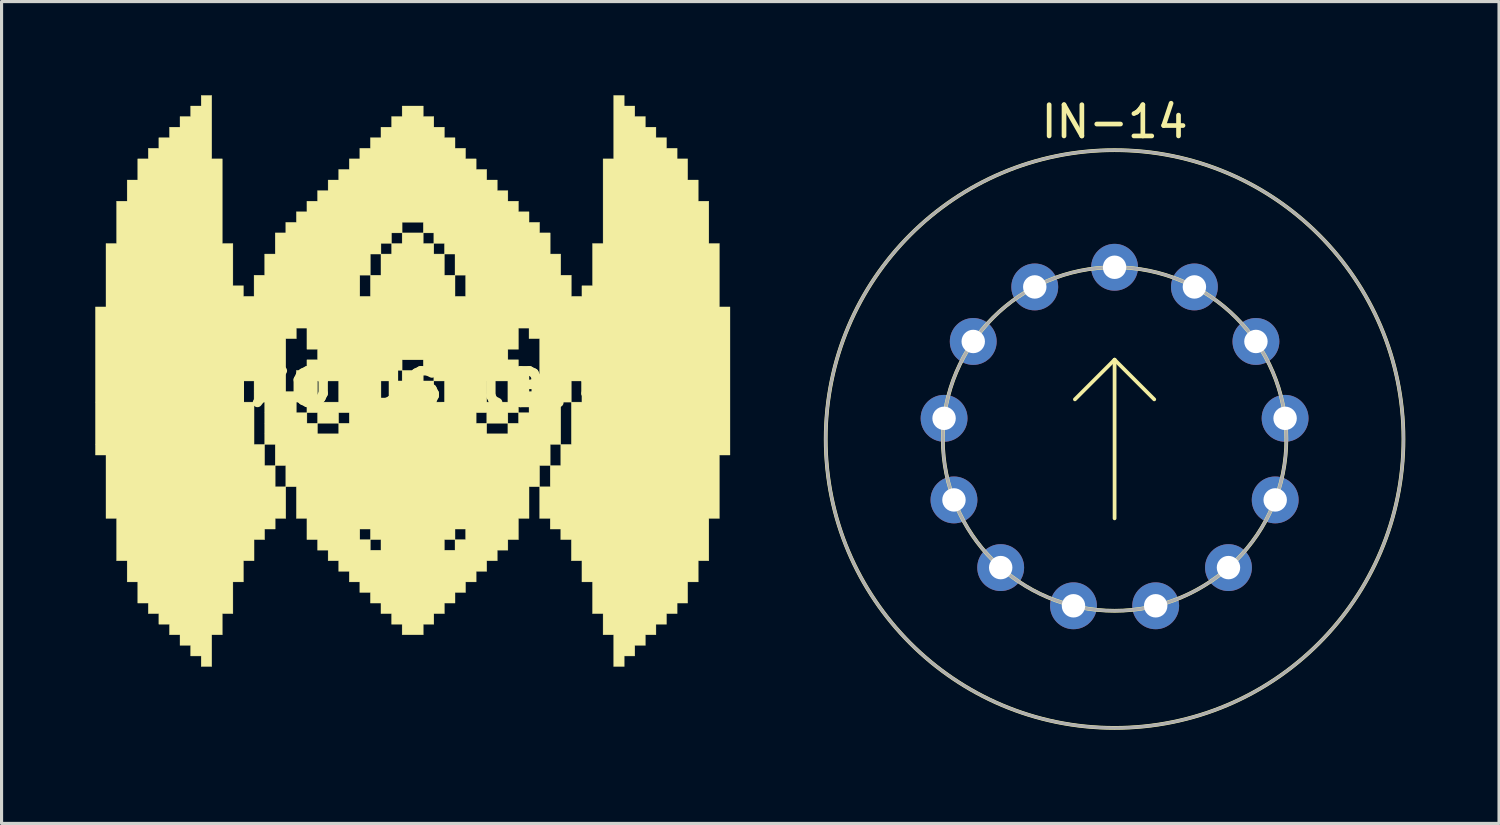
<source format=kicad_pcb>
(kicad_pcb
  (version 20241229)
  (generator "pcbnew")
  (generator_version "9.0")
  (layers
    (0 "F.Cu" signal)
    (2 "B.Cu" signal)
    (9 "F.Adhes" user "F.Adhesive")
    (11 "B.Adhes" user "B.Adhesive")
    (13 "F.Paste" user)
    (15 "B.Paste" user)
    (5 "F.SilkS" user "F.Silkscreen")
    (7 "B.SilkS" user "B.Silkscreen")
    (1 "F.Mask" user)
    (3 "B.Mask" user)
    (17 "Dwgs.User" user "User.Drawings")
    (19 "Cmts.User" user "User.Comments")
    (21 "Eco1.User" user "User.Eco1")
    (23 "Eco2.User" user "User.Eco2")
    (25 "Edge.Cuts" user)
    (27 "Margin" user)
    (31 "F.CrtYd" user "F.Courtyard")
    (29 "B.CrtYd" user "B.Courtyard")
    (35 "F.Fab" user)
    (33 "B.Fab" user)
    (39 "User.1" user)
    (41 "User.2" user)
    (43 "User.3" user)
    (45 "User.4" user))
  (footprint "IN-14"
    (layer "F.Cu")
    (at 32.64 11.008)
    (property "Reference" "IN-14" (at 0 -10.16 0) (layer "F.SilkS") (effects (font (size 1 1) (thickness 0.15))))
    (attr through_hole)
    (fp_line (start 0 -2.54) (end -1.27 -1.27) (stroke (width 0.12) (type solid)) (layer "F.SilkS"))
    (fp_line (start 0 -2.54) (end 1.27 -1.27) (stroke (width 0.12) (type solid)) (layer "F.SilkS"))
    (fp_line (start 0 2.54) (end 0 -2.54) (stroke (width 0.12) (type solid)) (layer "F.SilkS"))
    (fp_circle (center 0 0) (end 5.5 0) (stroke (width 0.12) (type solid)) (fill no) (layer "F.SilkS"))
    (fp_circle (center 0 0) (end 9.25 0) (stroke (width 0.12) (type solid)) (fill no) (layer "F.SilkS"))
    (fp_circle (center 0 0) (end 5.5 0) (stroke (width 0.1) (type solid)) (fill no) (layer "F.Fab"))
    (fp_circle (center 0 0) (end 9.25 0) (stroke (width 0.1) (type solid)) (fill no) (layer "F.Fab"))
    (pad "1" thru_hole circle (at 0 -5.5) (size 1.5 1.5) (drill 0.75) (layers "*.Cu" "*.Mask"))
    (pad "2" thru_hole circle (at 2.556 -4.87) (size 1.5 1.5) (drill 0.75) (layers "*.Cu" "*.Mask"))
    (pad "3" thru_hole circle (at 4.526 -3.124) (size 1.5 1.5) (drill 0.75) (layers "*.Cu" "*.Mask"))
    (pad "4" thru_hole circle (at 5.46 -0.663) (size 1.5 1.5) (drill 0.75) (layers "*.Cu" "*.Mask"))
    (pad "5" thru_hole circle (at 5.143 1.95) (size 1.5 1.5) (drill 0.75) (layers "*.Cu" "*.Mask"))
    (pad "6" thru_hole circle (at 3.647 4.117) (size 1.5 1.5) (drill 0.75) (layers "*.Cu" "*.Mask"))
    (pad "7" thru_hole circle (at 1.316 5.34) (size 1.5 1.5) (drill 0.75) (layers "*.Cu" "*.Mask"))
    (pad "8" thru_hole circle (at -1.316 5.34) (size 1.5 1.5) (drill 0.75) (layers "*.Cu" "*.Mask"))
    (pad "9" thru_hole circle (at -3.647 4.117) (size 1.5 1.5) (drill 0.75) (layers "*.Cu" "*.Mask"))
    (pad "10" thru_hole circle (at -5.143 1.95) (size 1.5 1.5) (drill 0.75) (layers "*.Cu" "*.Mask"))
    (pad "11" thru_hole circle (at -5.46 -0.663) (size 1.5 1.5) (drill 0.75) (layers "*.Cu" "*.Mask"))
    (pad "12" thru_hole circle (at -4.526 -3.124) (size 1.5 1.5) (drill 0.75) (layers "*.Cu" "*.Mask"))
    (pad "13" thru_hole circle (at -2.556 -4.87) (size 1.5 1.5) (drill 0.75) (layers "*.Cu" "*.Mask")))
  (footprint "haxorus_large"
    (layer "F.Cu")
    (at 10.165 9.149)
    (property "Reference" "haxorus_large" (at 0 0 0) (layer "F.SilkS") (effects (font (size 1.524 1.524) (thickness 0.3))))
    (attr through_hole)
    (fp_poly (pts (xy -6.435 -7.112) (xy -6.096 -7.112) (xy -6.096 -4.403) (xy -5.757 -4.403) (xy -5.757 -3.048) (xy -5.419 -3.048) (xy -5.419 -2.709) (xy -5.08 -2.709) (xy -5.08 -3.387) (xy -4.741 -3.387) (xy -1.693 -3.387) (xy -1.693 -2.709) (xy -1.355 -2.709) (xy -1.355 -3.387) (xy -1.693 -3.387) (xy -4.741 -3.387) (xy -4.741 -4.064) (xy -4.403 -4.064) (xy -1.355 -4.064) (xy -1.355 -3.387) (xy -1.016 -3.387) (xy -1.016 -4.064) (xy -1.355 -4.064) (xy -4.403 -4.064) (xy -4.403 -4.403) (xy -1.016 -4.403) (xy -1.016 -4.064) (xy -0.677 -4.064) (xy -0.677 -4.403) (xy -1.016 -4.403) (xy -4.403 -4.403) (xy -4.403 -4.741) (xy -4.064 -4.741) (xy -0.677 -4.741) (xy -0.677 -4.403) (xy -0.339 -4.403) (xy -0.339 -4.741) (xy -0.677 -4.741) (xy -4.064 -4.741) (xy -4.064 -5.08) (xy -3.725 -5.08) (xy -0.339 -5.08) (xy -0.339 -4.741) (xy 0.339 -4.741) (xy 0.339 -4.403) (xy 0.677 -4.403) (xy 0.677 -4.064) (xy 1.016 -4.064) (xy 1.016 -3.387) (xy 1.355 -3.387) (xy 1.355 -2.709) (xy 1.693 -2.709) (xy 1.693 -3.387) (xy 1.355 -3.387) (xy 1.355 -4.064) (xy 1.016 -4.064) (xy 1.016 -4.403) (xy 0.677 -4.403) (xy 0.677 -4.741) (xy 0.339 -4.741) (xy 0.339 -5.08) (xy -0.339 -5.08) (xy -3.725 -5.08) (xy -3.725 -5.419) (xy -3.387 -5.419) (xy -3.387 -5.757) (xy -3.048 -5.757) (xy -3.048 -6.096) (xy -2.709 -6.096) (xy -2.709 -6.435) (xy -2.371 -6.435) (xy -2.371 -6.773) (xy -2.032 -6.773) (xy -2.032 -7.112) (xy -1.693 -7.112) (xy -1.693 -7.451) (xy -1.355 -7.451) (xy -1.355 -7.789) (xy -1.016 -7.789) (xy -1.016 -8.128) (xy -0.677 -8.128) (xy -0.677 -8.467) (xy -0.339 -8.467) (xy -0.339 -8.805) (xy 0.339 -8.805) (xy 0.339 -8.467) (xy 0.677 -8.467) (xy 0.677 -8.128) (xy 1.016 -8.128) (xy 1.016 -7.789) (xy 1.355 -7.789) (xy 1.355 -7.451) (xy 1.693 -7.451) (xy 1.693 -7.112) (xy 2.032 -7.112) (xy 2.032 -6.773) (xy 2.371 -6.773) (xy 2.371 -6.435) (xy 2.709 -6.435) (xy 2.709 -6.096) (xy 3.048 -6.096) (xy 3.048 -5.757) (xy 3.387 -5.757) (xy 3.387 -5.419) (xy 3.725 -5.419) (xy 3.725 -5.08) (xy 4.064 -5.08) (xy 4.064 -4.741) (xy 4.403 -4.741) (xy 4.403 -4.064) (xy 4.741 -4.064) (xy 4.741 -3.387) (xy 5.08 -3.387) (xy 5.08 -2.709) (xy 5.419 -2.709) (xy 5.419 -3.048) (xy 5.757 -3.048) (xy 5.757 -4.403) (xy 6.096 -4.403) (xy 6.096 -7.112) (xy 6.435 -7.112) (xy 6.435 -9.144) (xy 6.773 -9.144) (xy 6.773 -8.805) (xy 7.112 -8.805) (xy 7.112 -8.467) (xy 7.451 -8.467) (xy 7.451 -8.128) (xy 7.789 -8.128) (xy 7.789 -7.789) (xy 8.128 -7.789) (xy 8.128 -7.451) (xy 8.467 -7.451) (xy 8.467 -7.112) (xy 8.805 -7.112) (xy 8.805 -6.435) (xy 9.144 -6.435) (xy 9.144 -5.757) (xy 9.483 -5.757) (xy 9.483 -4.403) (xy 9.821 -4.403) (xy 9.821 -2.371) (xy 10.16 -2.371) (xy 10.16 2.371) (xy 9.821 2.371) (xy 9.821 4.403) (xy 9.483 4.403) (xy 9.483 5.757) (xy 9.144 5.757) (xy 9.144 6.435) (xy 8.805 6.435) (xy 8.805 7.112) (xy 8.467 7.112) (xy 8.467 7.451) (xy 8.128 7.451) (xy 8.128 7.789) (xy 7.789 7.789) (xy 7.789 8.128) (xy 7.451 8.128) (xy 7.451 8.467) (xy 7.112 8.467) (xy 7.112 8.805) (xy 6.773 8.805) (xy 6.773 9.144) (xy 6.435 9.144) (xy 6.435 8.128) (xy 6.096 8.128) (xy 6.096 7.451) (xy 5.757 7.451) (xy 5.757 6.435) (xy 5.419 6.435) (xy 5.419 5.757) (xy 5.08 5.757) (xy 5.08 5.08) (xy 4.741 5.08) (xy 4.741 4.741) (xy 4.403 4.741) (xy 4.403 4.403) (xy 4.064 4.403) (xy 4.064 3.387) (xy 3.725 3.387) (xy 3.725 4.403) (xy 3.387 4.403) (xy 3.387 5.08) (xy 3.048 5.08) (xy 3.048 5.419) (xy 2.709 5.419) (xy 2.709 5.757) (xy 2.371 5.757) (xy 2.371 6.096) (xy 2.032 6.096) (xy 2.032 6.435) (xy 1.693 6.435) (xy 1.693 6.773) (xy 1.355 6.773) (xy 1.355 7.112) (xy 1.016 7.112) (xy 1.016 7.451) (xy 0.677 7.451) (xy 0.677 7.789) (xy 0.339 7.789) (xy 0.339 8.128) (xy -0.339 8.128) (xy -0.339 7.789) (xy -0.677 7.789) (xy -0.677 7.451) (xy -1.016 7.451) (xy -1.016 7.112) (xy -1.355 7.112) (xy -1.355 6.773) (xy -1.693 6.773) (xy -1.693 6.435) (xy -2.032 6.435) (xy -2.032 6.096) (xy -2.371 6.096) (xy -2.371 5.757) (xy -2.709 5.757) (xy -2.709 5.419) (xy -3.048 5.419) (xy -3.048 5.08) (xy -3.387 5.08) (xy -3.387 4.741) (xy -1.693 4.741) (xy -1.693 5.08) (xy -1.355 5.08) (xy -1.355 5.419) (xy -1.016 5.419) (xy -1.016 5.08) (xy 1.016 5.08) (xy 1.016 5.419) (xy 1.355 5.419) (xy 1.355 5.08) (xy 1.016 5.08) (xy -1.016 5.08) (xy -1.355 5.08) (xy -1.355 4.741) (xy 1.355 4.741) (xy 1.355 5.08) (xy 1.693 5.08) (xy 1.693 4.741) (xy 1.355 4.741) (xy -1.355 4.741) (xy -1.693 4.741) (xy -3.387 4.741) (xy -3.387 4.403) (xy -3.725 4.403) (xy -3.725 3.387) (xy -4.064 3.387) (xy -4.064 4.403) (xy -4.403 4.403) (xy -4.403 4.741) (xy -4.741 4.741) (xy -4.741 5.08) (xy -5.08 5.08) (xy -5.08 5.757) (xy -5.419 5.757) (xy -5.419 6.435) (xy -5.757 6.435) (xy -5.757 7.451) (xy -6.096 7.451) (xy -6.096 8.128) (xy -6.435 8.128) (xy -6.435 9.144) (xy -6.773 9.144) (xy -6.773 8.805) (xy -7.112 8.805) (xy -7.112 8.467) (xy -7.451 8.467) (xy -7.451 8.128) (xy -7.789 8.128) (xy -7.789 7.789) (xy -8.128 7.789) (xy -8.128 7.451) (xy -8.467 7.451) (xy -8.467 7.112) (xy -8.805 7.112) (xy -8.805 6.435) (xy -9.144 6.435) (xy -9.144 5.757) (xy -9.483 5.757) (xy -9.483 4.403) (xy -9.821 4.403) (xy -9.821 2.371) (xy -10.16 2.371) (xy -10.16 0) (xy -5.419 0) (xy -5.419 0.677) (xy -5.08 0.677) (xy -5.08 2.032) (xy -4.741 2.032) (xy -4.741 2.709) (xy -4.403 2.709) (xy -4.403 3.387) (xy -4.064 3.387) (xy -4.064 2.709) (xy 4.064 2.709) (xy 4.064 3.387) (xy 4.403 3.387) (xy 4.403 2.709) (xy 4.064 2.709) (xy -4.064 2.709) (xy -4.403 2.709) (xy -4.403 2.032) (xy 4.403 2.032) (xy 4.403 2.709) (xy 4.741 2.709) (xy 4.741 2.032) (xy 4.403 2.032) (xy -4.403 2.032) (xy -4.741 2.032) (xy -4.741 0.677) (xy -3.725 0.677) (xy -3.725 1.016) (xy -3.387 1.016) (xy -3.387 1.355) (xy -3.048 1.355) (xy -3.048 1.693) (xy -2.371 1.693) (xy -2.371 1.355) (xy -3.048 1.355) (xy -3.048 1.016) (xy -2.371 1.016) (xy -2.371 1.355) (xy -2.032 1.355) (xy -2.032 1.016) (xy 2.032 1.016) (xy 2.032 1.355) (xy 2.371 1.355) (xy 2.371 1.693) (xy 3.048 1.693) (xy 3.048 1.355) (xy 2.371 1.355) (xy 2.371 1.016) (xy 3.048 1.016) (xy 3.048 1.355) (xy 3.387 1.355) (xy 3.387 1.016) (xy 3.048 1.016) (xy 2.371 1.016) (xy 2.032 1.016) (xy -2.032 1.016) (xy -2.371 1.016) (xy -3.048 1.016) (xy -3.387 1.016) (xy -3.387 0.677) (xy -3.725 0.677) (xy -4.741 0.677) (xy -5.08 0.677) (xy -5.08 0) (xy -5.419 0) (xy -10.16 0) (xy -10.16 -1.355) (xy -4.064 -1.355) (xy -4.064 0.339) (xy -3.725 0.339) (xy -3.725 0) (xy -3.048 0) (xy -3.048 0.677) (xy -2.371 0.677) (xy -2.371 0) (xy -1.016 0) (xy -1.016 0.677) (xy -0.677 0.677) (xy -0.677 0) (xy -1.016 0) (xy -2.371 0) (xy -3.048 0) (xy -3.725 0) (xy -3.725 -0.339) (xy -3.387 -0.339) (xy -0.677 -0.339) (xy -0.677 0) (xy -0.339 0) (xy -0.339 -0.339) (xy -0.677 -0.339) (xy -3.387 -0.339) (xy -3.387 -0.677) (xy -3.048 -0.677) (xy -0.339 -0.677) (xy -0.339 -0.339) (xy 0.339 -0.339) (xy 0.339 0) (xy 0.677 0) (xy 0.677 0.677) (xy 1.016 0.677) (xy 1.016 0) (xy 2.371 0) (xy 2.371 0.677) (xy 3.048 0.677) (xy 3.387 0.677) (xy 3.387 1.016) (xy 3.725 1.016) (xy 3.725 0.677) (xy 4.741 0.677) (xy 4.741 2.032) (xy 5.08 2.032) (xy 5.08 0.677) (xy 4.741 0.677) (xy 3.725 0.677) (xy 3.387 0.677) (xy 3.048 0.677) (xy 3.048 0) (xy 2.371 0) (xy 1.016 0) (xy 0.677 0) (xy 0.677 -0.339) (xy 0.339 -0.339) (xy 0.339 -0.677) (xy -0.339 -0.677) (xy -3.048 -0.677) (xy -3.048 -1.016) (xy 3.048 -1.016) (xy 3.048 -0.677) (xy 3.387 -0.677) (xy 3.387 -0.339) (xy 3.725 -0.339) (xy 3.725 0.339) (xy 4.064 0.339) (xy 4.064 0) (xy 5.08 0) (xy 5.08 0.677) (xy 5.419 0.677) (xy 5.419 0) (xy 5.08 0) (xy 4.064 0) (xy 4.064 -1.355) (xy 3.725 -1.355) (xy 3.725 -1.693) (xy 3.387 -1.693) (xy 3.387 -1.016) (xy 3.048 -1.016) (xy -3.048 -1.016) (xy -3.387 -1.016) (xy -3.387 -1.693) (xy -3.725 -1.693) (xy -3.725 -1.355) (xy -4.064 -1.355) (xy -10.16 -1.355) (xy -10.16 -2.371) (xy -9.821 -2.371) (xy -9.821 -4.403) (xy -9.483 -4.403) (xy -9.483 -5.757) (xy -9.144 -5.757) (xy -9.144 -6.435) (xy -8.805 -6.435) (xy -8.805 -7.112) (xy -8.467 -7.112) (xy -8.467 -7.451) (xy -8.128 -7.451) (xy -8.128 -7.789) (xy -7.789 -7.789) (xy -7.789 -8.128) (xy -7.451 -8.128) (xy -7.451 -8.467) (xy -7.112 -8.467) (xy -7.112 -8.805) (xy -6.773 -8.805) (xy -6.773 -9.144) (xy -6.435 -9.144) (xy -6.435 -7.112)) (stroke (width 0.01) (type solid)) (fill yes) (layer "F.SilkS")))
  (gr_rect
    (start -3 -3)
    (end 44.95 23.318)
    (stroke (width 0.1) (type default))
    (fill no)
    (layer "Edge.Cuts")))
</source>
